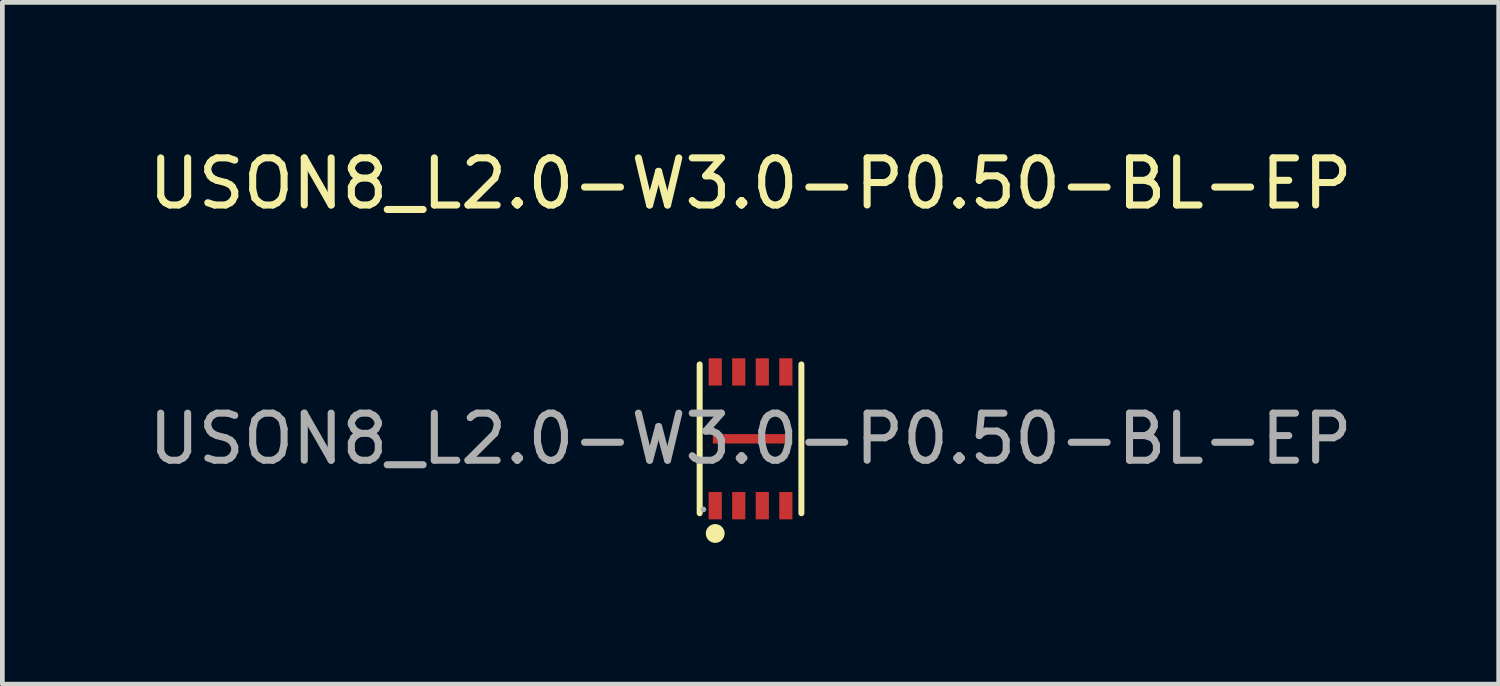
<source format=kicad_pcb>
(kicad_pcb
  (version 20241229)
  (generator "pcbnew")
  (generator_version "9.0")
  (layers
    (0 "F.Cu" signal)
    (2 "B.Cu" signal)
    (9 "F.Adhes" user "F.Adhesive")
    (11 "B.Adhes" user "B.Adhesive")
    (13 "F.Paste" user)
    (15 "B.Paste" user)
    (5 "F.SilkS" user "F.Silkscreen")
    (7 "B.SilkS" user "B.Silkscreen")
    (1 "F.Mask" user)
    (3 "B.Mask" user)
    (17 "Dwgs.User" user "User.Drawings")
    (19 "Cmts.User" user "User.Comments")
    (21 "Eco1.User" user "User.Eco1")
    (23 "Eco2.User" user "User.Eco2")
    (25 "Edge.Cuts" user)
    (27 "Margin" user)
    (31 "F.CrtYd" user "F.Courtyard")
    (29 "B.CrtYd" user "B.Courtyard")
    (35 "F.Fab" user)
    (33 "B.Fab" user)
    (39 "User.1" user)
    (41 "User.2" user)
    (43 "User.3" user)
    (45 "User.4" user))
  (footprint "USON8_L2.0-W3.0-P0.50-BL-EP"
    (layer "F.Cu")
    (at 12.887 6.268)
    (property "Reference" "USON8_L2.0-W3.0-P0.50-BL-EP" (at 0 -5.42 0) (layer "F.SilkS") (effects (font (size 1 1) (thickness 0.15))))
    (attr smd)
    (fp_line (start -1.08 1.58) (end -1.08 -1.58) (stroke (width 0.127) (type solid)) (layer "F.SilkS"))
    (fp_line (start 1.08 -1.58) (end 1.08 1.58) (stroke (width 0.127) (type solid)) (layer "F.SilkS"))
    (fp_circle (center -0.75 2.01) (end -0.65 2.01) (stroke (width 0.2) (type solid)) (fill no) (layer "F.SilkS"))
    (fp_circle (center -1 1.5) (end -0.97 1.5) (stroke (width 0.06) (type solid)) (fill no) (layer "F.Fab"))
    (fp_text user "${REFERENCE}" (at 0 0 0) (layer "F.Fab") (effects (font (size 1 1) (thickness 0.15))))
    (pad "1" smd rect (at -0.75 1.42) (size 0.28 0.58) (layers "F.Cu" "F.Mask" "F.Paste"))
    (pad "2" smd rect (at -0.25 1.42) (size 0.28 0.58) (layers "F.Cu" "F.Mask" "F.Paste"))
    (pad "3" smd rect (at 0.25 1.42) (size 0.28 0.58) (layers "F.Cu" "F.Mask" "F.Paste"))
    (pad "4" smd rect (at 0.75 1.42) (size 0.28 0.58) (layers "F.Cu" "F.Mask" "F.Paste"))
    (pad "5" smd rect (at 0.75 -1.42) (size 0.28 0.58) (layers "F.Cu" "F.Mask" "F.Paste"))
    (pad "6" smd rect (at 0.25 -1.42) (size 0.28 0.58) (layers "F.Cu" "F.Mask" "F.Paste"))
    (pad "7" smd rect (at -0.25 -1.42) (size 0.28 0.58) (layers "F.Cu" "F.Mask" "F.Paste"))
    (pad "8" smd rect (at -0.75 -1.42) (size 0.28 0.58) (layers "F.Cu" "F.Mask" "F.Paste"))
    (pad "9" smd rect (at 0 0) (size 1.6 0.2) (layers "F.Cu" "F.Mask" "F.Paste")))
  (gr_rect
    (start -3 -3)
    (end 28.774 11.478)
    (stroke (width 0.1) (type default))
    (fill no)
    (layer "Edge.Cuts")))
</source>
